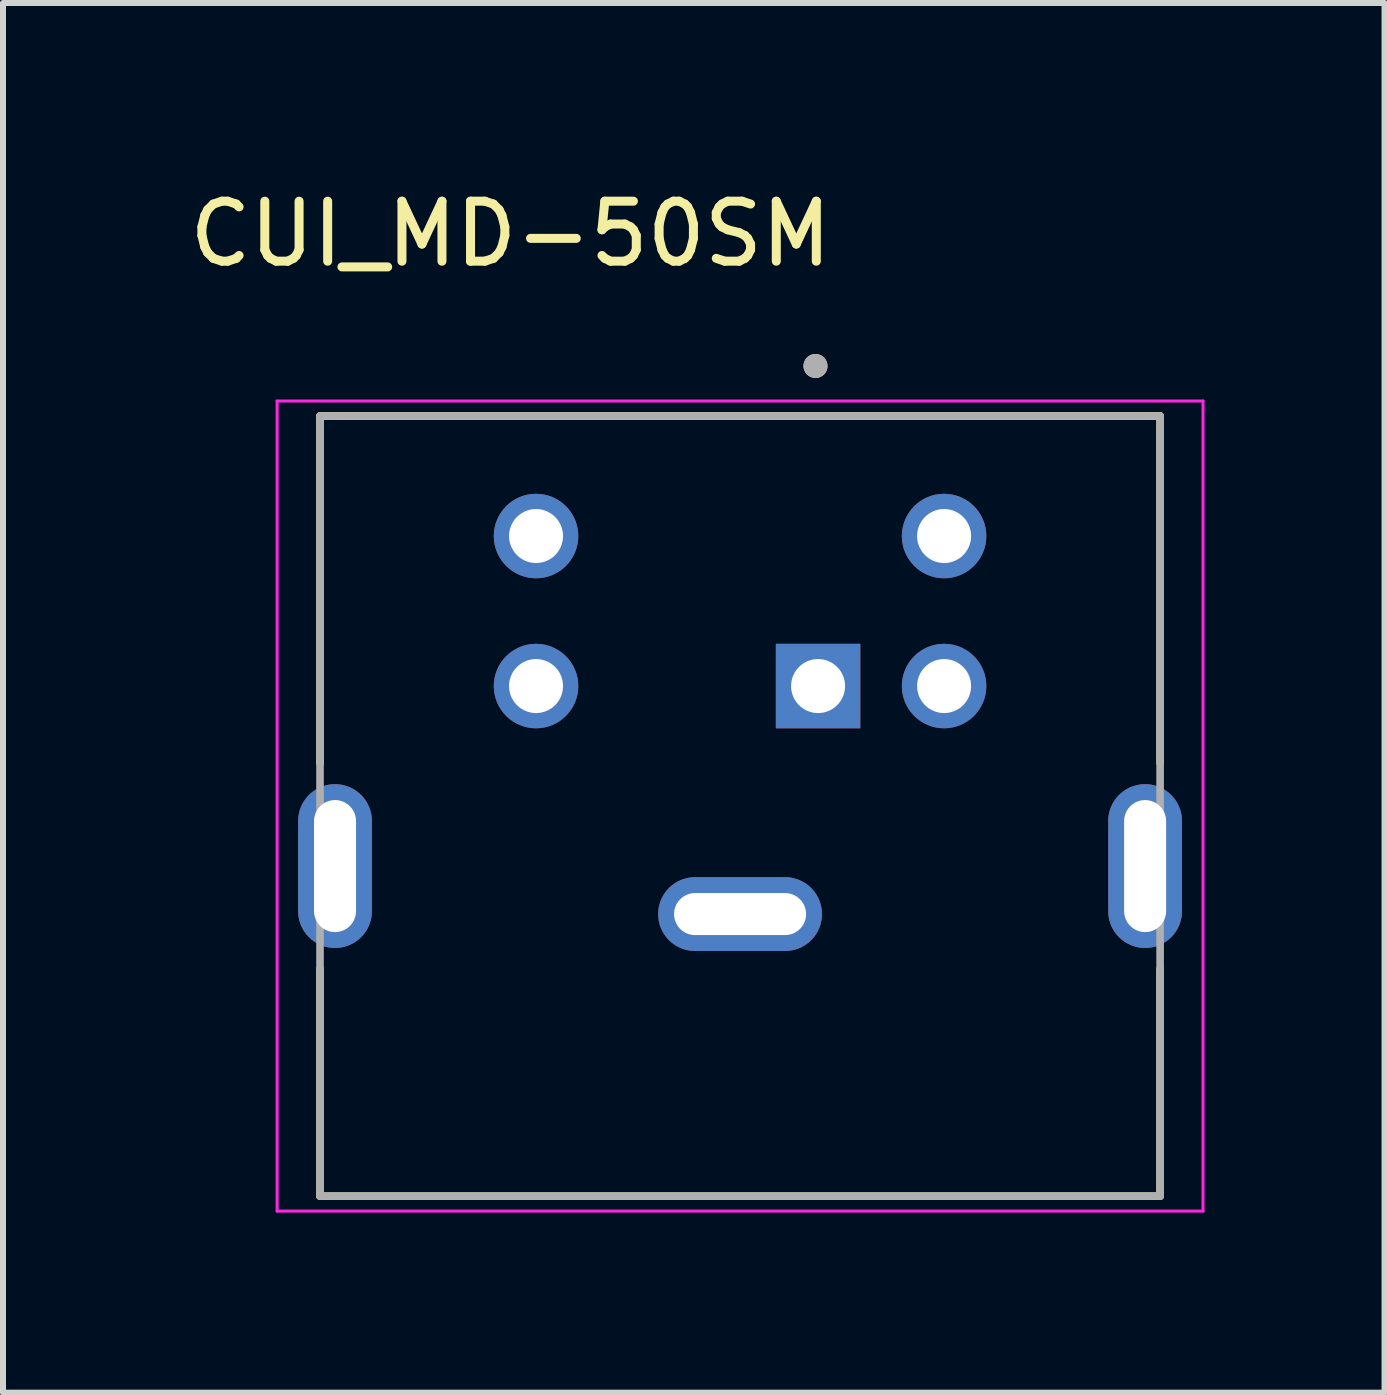
<source format=kicad_pcb>
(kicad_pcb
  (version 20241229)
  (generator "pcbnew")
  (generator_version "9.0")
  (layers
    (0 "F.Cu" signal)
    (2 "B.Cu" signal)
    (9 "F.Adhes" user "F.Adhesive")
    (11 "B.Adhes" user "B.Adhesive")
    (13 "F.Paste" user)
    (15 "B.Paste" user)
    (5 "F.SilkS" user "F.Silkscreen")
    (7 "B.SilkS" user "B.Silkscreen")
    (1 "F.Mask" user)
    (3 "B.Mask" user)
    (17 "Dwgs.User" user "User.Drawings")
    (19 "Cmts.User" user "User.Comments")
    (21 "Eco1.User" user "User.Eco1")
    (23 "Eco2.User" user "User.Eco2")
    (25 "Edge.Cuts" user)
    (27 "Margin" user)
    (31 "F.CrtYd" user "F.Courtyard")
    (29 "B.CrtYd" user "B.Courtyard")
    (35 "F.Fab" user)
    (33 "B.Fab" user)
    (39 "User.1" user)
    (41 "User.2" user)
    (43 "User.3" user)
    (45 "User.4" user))
  (footprint "CUI_MD-50SM"
    (layer "F.Cu")
    (at 9.283 12.183)
    (property "Reference" "CUI_MD-50SM" (at -3.825 -11.335 0) (layer "F.SilkS") (effects (font (size 1 1) (thickness 0.15))))
    (attr through_hole)
    (fp_line (start -7 -8.3) (end 7 -8.3) (stroke (width 0.127) (type solid)) (layer "F.SilkS"))
    (fp_line (start -7 -2.515) (end -7 -8.3) (stroke (width 0.127) (type solid)) (layer "F.SilkS"))
    (fp_line (start -7 4.7) (end -7 0.915) (stroke (width 0.127) (type solid)) (layer "F.SilkS"))
    (fp_line (start 7 -8.3) (end 7 -2.515) (stroke (width 0.127) (type solid)) (layer "F.SilkS"))
    (fp_line (start 7 4.7) (end -7 4.7) (stroke (width 0.127) (type solid)) (layer "F.SilkS"))
    (fp_line (start 7 4.7) (end 7 0.915) (stroke (width 0.127) (type solid)) (layer "F.SilkS"))
    (fp_circle (center 1.257 -9.134) (end 1.357 -9.134) (stroke (width 0.2) (type solid)) (fill no) (layer "F.SilkS"))
    (fp_line (start -7.715 -8.55) (end -7.715 4.95) (stroke (width 0.05) (type solid)) (layer "F.CrtYd"))
    (fp_line (start -7.715 4.95) (end 7.715 4.95) (stroke (width 0.05) (type solid)) (layer "F.CrtYd"))
    (fp_line (start 7.715 -8.55) (end -7.715 -8.55) (stroke (width 0.05) (type solid)) (layer "F.CrtYd"))
    (fp_line (start 7.715 4.95) (end 7.715 -8.55) (stroke (width 0.05) (type solid)) (layer "F.CrtYd"))
    (fp_line (start -7 -8.3) (end 7 -8.3) (stroke (width 0.127) (type solid)) (layer "F.Fab"))
    (fp_line (start -7 4.7) (end -7 -8.3) (stroke (width 0.127) (type solid)) (layer "F.Fab"))
    (fp_line (start 7 -8.3) (end 7 4.7) (stroke (width 0.127) (type solid)) (layer "F.Fab"))
    (fp_line (start 7 4.7) (end -7 4.7) (stroke (width 0.127) (type solid)) (layer "F.Fab"))
    (fp_circle (center 1.257 -9.134) (end 1.357 -9.134) (stroke (width 0.2) (type solid)) (fill no) (layer "F.Fab"))
    (pad "1" thru_hole rect (at 1.3 -3.8) (size 1.408 1.408) (drill 0.9) (layers "*.Cu" "*.Mask"))
    (pad "2" thru_hole circle (at 3.4 -3.8) (size 1.408 1.408) (drill 0.9) (layers "*.Cu" "*.Mask"))
    (pad "3" thru_hole circle (at -3.4 -3.8) (size 1.408 1.408) (drill 0.9) (layers "*.Cu" "*.Mask"))
    (pad "4" thru_hole circle (at 3.4 -6.3) (size 1.408 1.408) (drill 0.9) (layers "*.Cu" "*.Mask"))
    (pad "5" thru_hole circle (at -3.4 -6.3) (size 1.408 1.408) (drill 0.9) (layers "*.Cu" "*.Mask"))
    (pad "S1" thru_hole oval (at 0 0) (size 2.73 1.23) (drill oval 2.2 0.7) (layers "*.Cu" "*.Mask"))
    (pad "S2" thru_hole oval (at -6.75 -0.8) (size 1.23 2.73) (drill oval 0.7 2.2) (layers "*.Cu" "*.Mask"))
    (pad "S3" thru_hole oval (at 6.75 -0.8) (size 1.23 2.73) (drill oval 0.7 2.2) (layers "*.Cu" "*.Mask")))
  (gr_rect
    (start -3 -3)
    (end 20.023 20.158)
    (stroke (width 0.1) (type default))
    (fill no)
    (layer "Edge.Cuts")))
</source>
